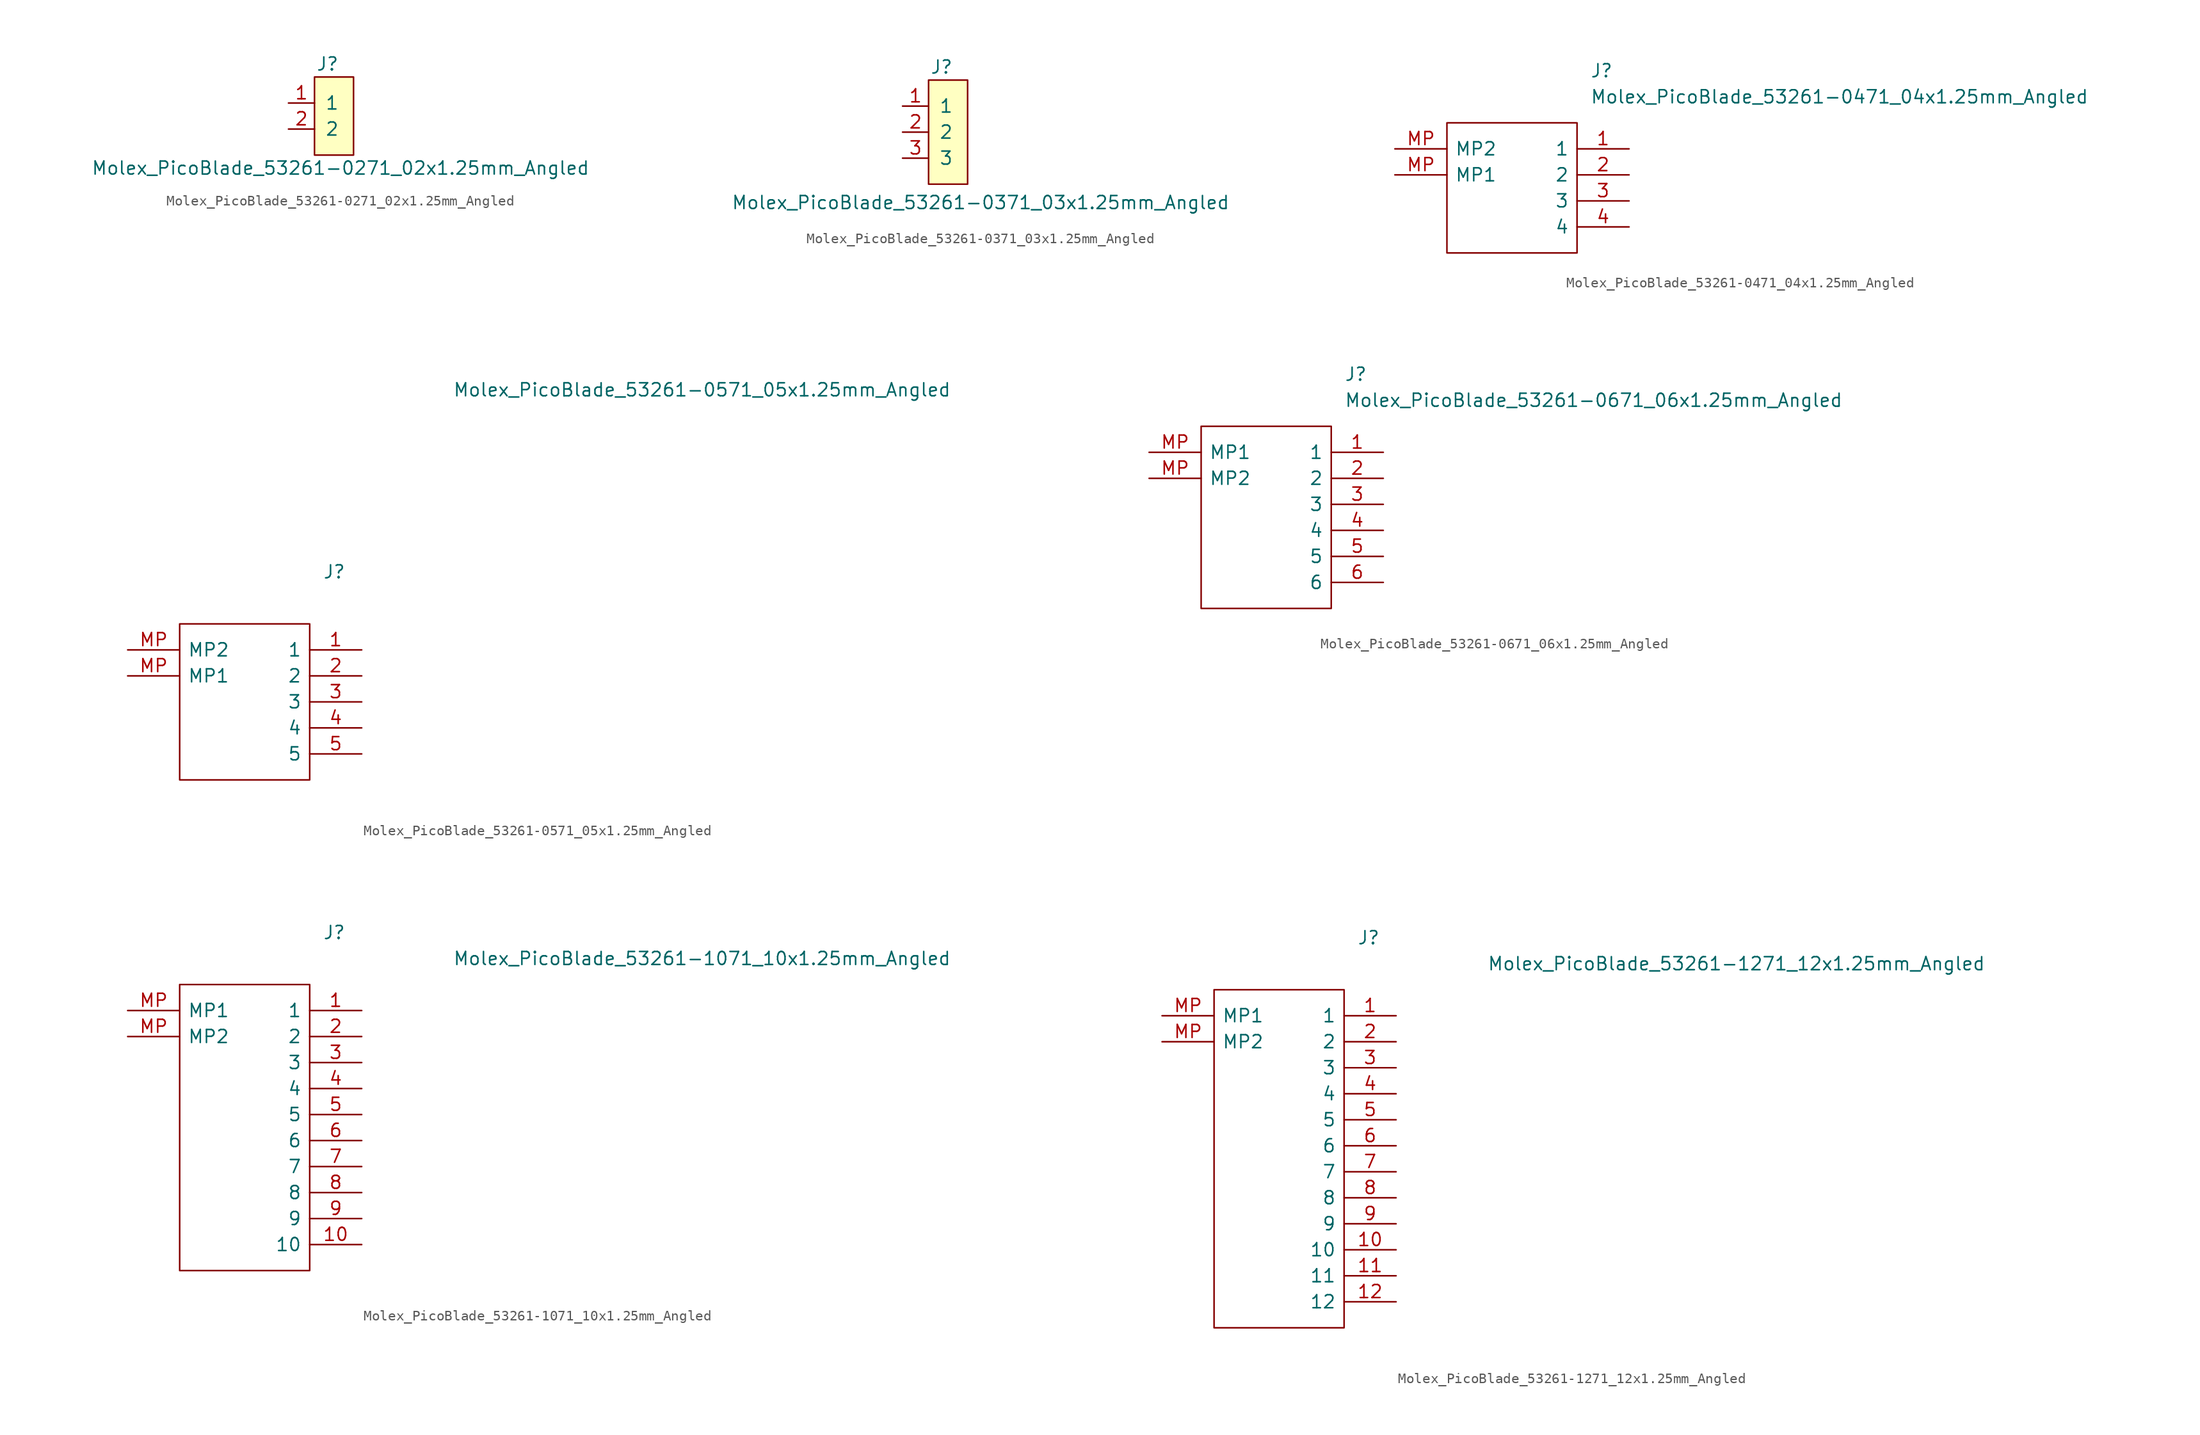
<source format=kicad_sym>
(kicad_symbol_lib
  (version 20220914)
  (generator kicad_symbol_editor)
  (symbol "Molex_PicoBlade_53261-0271_02x1.25mm_Angled"
    (pin_names
      (offset 1.016))
    (property "Reference" "J"
      (at 0 5.08 0)
      (effects (font (size 1.27 1.27))))
    (property "Value" "Molex_PicoBlade_53261-0271_02x1.25mm_Angled"
      (at 1.27 -5.08 0)
      (effects (font (size 1.27 1.27))))
    (symbol "Molex_PicoBlade_53261-0271_02x1.25mm_Angled_1_1"
      (rectangle (start -1.27 3.81) (end 2.54 -3.81) (stroke (width 0) (type solid)) (fill (type background)))
      (pin bidirectional line (at -3.81 1.27 0) (length 2.54) (name "1" (effects (font (size 1.27 1.27)))) (number "1" (effects (font (size 1.27 1.27)))))
      (pin bidirectional line (at -3.81 -1.27 0) (length 2.54) (name "2" (effects (font (size 1.27 1.27)))) (number "2" (effects (font (size 1.27 1.27)))))))
  (symbol "Molex_PicoBlade_53261-0371_03x1.25mm_Angled"
    (pin_names
      (offset 1.016))
    (property "Reference" "J"
      (at -1.27 7.62 0)
      (effects (font (size 1.27 1.27))))
    (property "Value" "Molex_PicoBlade_53261-0371_03x1.25mm_Angled"
      (at 2.54 -6.35 0)
      (effects (font (size 1.27 1.27)) (justify bottom)))
    (symbol "Molex_PicoBlade_53261-0371_03x1.25mm_Angled_0_1"
      (rectangle (start -2.54 6.35) (end 1.27 -3.81) (stroke (width 0) (type solid)) (fill (type background))))
    (symbol "Molex_PicoBlade_53261-0371_03x1.25mm_Angled_1_1"
      (pin bidirectional line (at -5.08 3.81 0) (length 2.54) (name "1" (effects (font (size 1.27 1.27)))) (number "1" (effects (font (size 1.27 1.27)))))
      (pin bidirectional line (at -5.08 1.27 0) (length 2.54) (name "2" (effects (font (size 1.27 1.27)))) (number "2" (effects (font (size 1.27 1.27)))))
      (pin bidirectional line (at -5.08 -1.27 0) (length 2.54) (name "3" (effects (font (size 1.27 1.27)))) (number "3" (effects (font (size 1.27 1.27)))))))
  (symbol "Molex_PicoBlade_53261-0471_04x1.25mm_Angled"
    (pin_names
      (offset 0.762))
    (property "Reference" "J"
      (at 19.05 7.62 0)
      (effects (font (size 1.27 1.27)) (justify left)))
    (property "Value" "Molex_PicoBlade_53261-0471_04x1.25mm_Angled"
      (at 19.05 5.08 0)
      (effects (font (size 1.27 1.27)) (justify left)))
    (symbol "Molex_PicoBlade_53261-0471_04x1.25mm_Angled_0_0"
      (pin passive line (at 22.86 0 180) (length 5.08) (name "1" (effects (font (size 1.27 1.27)))) (number "1" (effects (font (size 1.27 1.27)))))
      (pin passive line (at 22.86 -2.54 180) (length 5.08) (name "2" (effects (font (size 1.27 1.27)))) (number "2" (effects (font (size 1.27 1.27)))))
      (pin passive line (at 22.86 -5.08 180) (length 5.08) (name "3" (effects (font (size 1.27 1.27)))) (number "3" (effects (font (size 1.27 1.27)))))
      (pin passive line (at 22.86 -7.62 180) (length 5.08) (name "4" (effects (font (size 1.27 1.27)))) (number "4" (effects (font (size 1.27 1.27)))))
      (pin passive line (at 0 -2.54 0) (length 5.08) (name "MP1" (effects (font (size 1.27 1.27)))) (number "MP" (effects (font (size 1.27 1.27)))))
      (pin passive line (at 0 0 0) (length 5.08) (name "MP2" (effects (font (size 1.27 1.27)))) (number "MP" (effects (font (size 1.27 1.27))))))
    (symbol "Molex_PicoBlade_53261-0471_04x1.25mm_Angled_0_1"
      (polyline (pts (xy 5.08 2.54) (xy 17.78 2.54) (xy 17.78 -10.16) (xy 5.08 -10.16) (xy 5.08 2.54)) (stroke (width 0.152) (type solid)) (fill (type none)))))
  (symbol "Molex_PicoBlade_53261-0571_05x1.25mm_Angled"
    (pin_names
      (offset 0.762))
    (property "Reference" "J"
      (at 19.05 7.62 0)
      (effects (font (size 1.27 1.27)) (justify left)))
    (property "Value" "Molex_PicoBlade_53261-0571_05x1.25mm_Angled"
      (at 31.75 25.4 0)
      (effects (font (size 1.27 1.27)) (justify left)))
    (symbol "Molex_PicoBlade_53261-0571_05x1.25mm_Angled_0_0"
      (pin passive line (at 22.86 0 180) (length 5.08) (name "1" (effects (font (size 1.27 1.27)))) (number "1" (effects (font (size 1.27 1.27)))))
      (pin passive line (at 22.86 -2.54 180) (length 5.08) (name "2" (effects (font (size 1.27 1.27)))) (number "2" (effects (font (size 1.27 1.27)))))
      (pin passive line (at 22.86 -5.08 180) (length 5.08) (name "3" (effects (font (size 1.27 1.27)))) (number "3" (effects (font (size 1.27 1.27)))))
      (pin passive line (at 22.86 -7.62 180) (length 5.08) (name "4" (effects (font (size 1.27 1.27)))) (number "4" (effects (font (size 1.27 1.27)))))
      (pin passive line (at 0 -2.54 0) (length 5.08) (name "MP1" (effects (font (size 1.27 1.27)))) (number "MP" (effects (font (size 1.27 1.27)))))
      (pin passive line (at 0 0 0) (length 5.08) (name "MP2" (effects (font (size 1.27 1.27)))) (number "MP" (effects (font (size 1.27 1.27))))))
    (symbol "Molex_PicoBlade_53261-0571_05x1.25mm_Angled_0_1"
      (polyline (pts (xy 5.08 2.54) (xy 17.78 2.54) (xy 17.78 -12.7) (xy 10.16 -12.7) (xy 5.08 -12.7) (xy 5.08 2.54)) (stroke (width 0.152) (type solid)) (fill (type none))))
    (symbol "Molex_PicoBlade_53261-0571_05x1.25mm_Angled_1_1"
      (pin passive line (at 22.86 -10.16 180) (length 5.08) (name "5" (effects (font (size 1.27 1.27)))) (number "5" (effects (font (size 1.27 1.27)))))))
  (symbol "Molex_PicoBlade_53261-0671_06x1.25mm_Angled"
    (pin_names
      (offset 0.762))
    (property "Reference" "J"
      (at 19.05 7.62 0)
      (effects (font (size 1.27 1.27)) (justify left)))
    (property "Value" "Molex_PicoBlade_53261-0671_06x1.25mm_Angled"
      (at 19.05 5.08 0)
      (effects (font (size 1.27 1.27)) (justify left)))
    (symbol "Molex_PicoBlade_53261-0671_06x1.25mm_Angled_0_0"
      (pin passive line (at 22.86 0 180) (length 5.08) (name "1" (effects (font (size 1.27 1.27)))) (number "1" (effects (font (size 1.27 1.27)))))
      (pin passive line (at 22.86 -2.54 180) (length 5.08) (name "2" (effects (font (size 1.27 1.27)))) (number "2" (effects (font (size 1.27 1.27)))))
      (pin passive line (at 22.86 -5.08 180) (length 5.08) (name "3" (effects (font (size 1.27 1.27)))) (number "3" (effects (font (size 1.27 1.27)))))
      (pin passive line (at 22.86 -7.62 180) (length 5.08) (name "4" (effects (font (size 1.27 1.27)))) (number "4" (effects (font (size 1.27 1.27)))))
      (pin passive line (at 22.86 -10.16 180) (length 5.08) (name "5" (effects (font (size 1.27 1.27)))) (number "5" (effects (font (size 1.27 1.27)))))
      (pin passive line (at 22.86 -12.7 180) (length 5.08) (name "6" (effects (font (size 1.27 1.27)))) (number "6" (effects (font (size 1.27 1.27)))))
      (pin passive line (at 0 0 0) (length 5.08) (name "MP1" (effects (font (size 1.27 1.27)))) (number "MP" (effects (font (size 1.27 1.27)))))
      (pin passive line (at 0 -2.54 0) (length 5.08) (name "MP2" (effects (font (size 1.27 1.27)))) (number "MP" (effects (font (size 1.27 1.27))))))
    (symbol "Molex_PicoBlade_53261-0671_06x1.25mm_Angled_0_1"
      (polyline (pts (xy 5.08 2.54) (xy 17.78 2.54) (xy 17.78 -15.24) (xy 5.08 -15.24) (xy 5.08 2.54)) (stroke (width 0.152) (type solid)) (fill (type none)))))
  (symbol "Molex_PicoBlade_53261-1071_10x1.25mm_Angled"
    (pin_names
      (offset 0.762))
    (property "Reference" "J"
      (at 19.05 7.62 0)
      (effects (font (size 1.27 1.27)) (justify left)))
    (property "Value" "Molex_PicoBlade_53261-1071_10x1.25mm_Angled"
      (at 31.75 5.08 0)
      (effects (font (size 1.27 1.27)) (justify left)))
    (symbol "Molex_PicoBlade_53261-1071_10x1.25mm_Angled_0_0"
      (pin passive line (at 22.86 0 180) (length 5.08) (name "1" (effects (font (size 1.27 1.27)))) (number "1" (effects (font (size 1.27 1.27)))))
      (pin passive line (at 22.86 -22.86 180) (length 5.08) (name "10" (effects (font (size 1.27 1.27)))) (number "10" (effects (font (size 1.27 1.27)))))
      (pin passive line (at 22.86 -2.54 180) (length 5.08) (name "2" (effects (font (size 1.27 1.27)))) (number "2" (effects (font (size 1.27 1.27)))))
      (pin passive line (at 22.86 -5.08 180) (length 5.08) (name "3" (effects (font (size 1.27 1.27)))) (number "3" (effects (font (size 1.27 1.27)))))
      (pin passive line (at 22.86 -7.62 180) (length 5.08) (name "4" (effects (font (size 1.27 1.27)))) (number "4" (effects (font (size 1.27 1.27)))))
      (pin passive line (at 22.86 -10.16 180) (length 5.08) (name "5" (effects (font (size 1.27 1.27)))) (number "5" (effects (font (size 1.27 1.27)))))
      (pin passive line (at 22.86 -12.7 180) (length 5.08) (name "6" (effects (font (size 1.27 1.27)))) (number "6" (effects (font (size 1.27 1.27)))))
      (pin passive line (at 22.86 -15.24 180) (length 5.08) (name "7" (effects (font (size 1.27 1.27)))) (number "7" (effects (font (size 1.27 1.27)))))
      (pin passive line (at 22.86 -17.78 180) (length 5.08) (name "8" (effects (font (size 1.27 1.27)))) (number "8" (effects (font (size 1.27 1.27)))))
      (pin passive line (at 22.86 -20.32 180) (length 5.08) (name "9" (effects (font (size 1.27 1.27)))) (number "9" (effects (font (size 1.27 1.27)))))
      (pin passive line (at 0 0 0) (length 5.08) (name "MP1" (effects (font (size 1.27 1.27)))) (number "MP" (effects (font (size 1.27 1.27)))))
      (pin passive line (at 0 -2.54 0) (length 5.08) (name "MP2" (effects (font (size 1.27 1.27)))) (number "MP" (effects (font (size 1.27 1.27))))))
    (symbol "Molex_PicoBlade_53261-1071_10x1.25mm_Angled_0_1"
      (polyline (pts (xy 5.08 2.54) (xy 17.78 2.54) (xy 17.78 -25.4) (xy 5.08 -25.4) (xy 5.08 2.54)) (stroke (width 0.152) (type solid)) (fill (type none)))))
  (symbol "Molex_PicoBlade_53261-1271_12x1.25mm_Angled"
    (pin_names
      (offset 0.762))
    (property "Reference" "J"
      (at 19.05 7.62 0)
      (effects (font (size 1.27 1.27)) (justify left)))
    (property "Value" "Molex_PicoBlade_53261-1271_12x1.25mm_Angled"
      (at 31.75 5.08 0)
      (effects (font (size 1.27 1.27)) (justify left)))
    (symbol "Molex_PicoBlade_53261-1271_12x1.25mm_Angled_0_0"
      (pin passive line (at 22.86 0 180) (length 5.08) (name "1" (effects (font (size 1.27 1.27)))) (number "1" (effects (font (size 1.27 1.27)))))
      (pin passive line (at 22.86 -22.86 180) (length 5.08) (name "10" (effects (font (size 1.27 1.27)))) (number "10" (effects (font (size 1.27 1.27)))))
      (pin passive line (at 22.86 -2.54 180) (length 5.08) (name "2" (effects (font (size 1.27 1.27)))) (number "2" (effects (font (size 1.27 1.27)))))
      (pin passive line (at 22.86 -5.08 180) (length 5.08) (name "3" (effects (font (size 1.27 1.27)))) (number "3" (effects (font (size 1.27 1.27)))))
      (pin passive line (at 22.86 -7.62 180) (length 5.08) (name "4" (effects (font (size 1.27 1.27)))) (number "4" (effects (font (size 1.27 1.27)))))
      (pin passive line (at 22.86 -10.16 180) (length 5.08) (name "5" (effects (font (size 1.27 1.27)))) (number "5" (effects (font (size 1.27 1.27)))))
      (pin passive line (at 22.86 -12.7 180) (length 5.08) (name "6" (effects (font (size 1.27 1.27)))) (number "6" (effects (font (size 1.27 1.27)))))
      (pin passive line (at 22.86 -15.24 180) (length 5.08) (name "7" (effects (font (size 1.27 1.27)))) (number "7" (effects (font (size 1.27 1.27)))))
      (pin passive line (at 22.86 -17.78 180) (length 5.08) (name "8" (effects (font (size 1.27 1.27)))) (number "8" (effects (font (size 1.27 1.27)))))
      (pin passive line (at 22.86 -20.32 180) (length 5.08) (name "9" (effects (font (size 1.27 1.27)))) (number "9" (effects (font (size 1.27 1.27)))))
      (pin passive line (at 0 0 0) (length 5.08) (name "MP1" (effects (font (size 1.27 1.27)))) (number "MP" (effects (font (size 1.27 1.27)))))
      (pin passive line (at 0 -2.54 0) (length 5.08) (name "MP2" (effects (font (size 1.27 1.27)))) (number "MP" (effects (font (size 1.27 1.27))))))
    (symbol "Molex_PicoBlade_53261-1271_12x1.25mm_Angled_0_1"
      (polyline (pts (xy 5.08 2.54) (xy 17.78 2.54) (xy 17.78 -30.48) (xy 10.16 -30.48) (xy 5.08 -30.48) (xy 5.08 2.54)) (stroke (width 0.152) (type solid)) (fill (type none))))
    (symbol "Molex_PicoBlade_53261-1271_12x1.25mm_Angled_1_1"
      (pin input line (at 22.86 -25.4 180) (length 5.08) (name "11" (effects (font (size 1.27 1.27)))) (number "11" (effects (font (size 1.27 1.27)))))
      (pin input line (at 22.86 -27.94 180) (length 5.08) (name "12" (effects (font (size 1.27 1.27)))) (number "12" (effects (font (size 1.27 1.27))))))))
</source>
